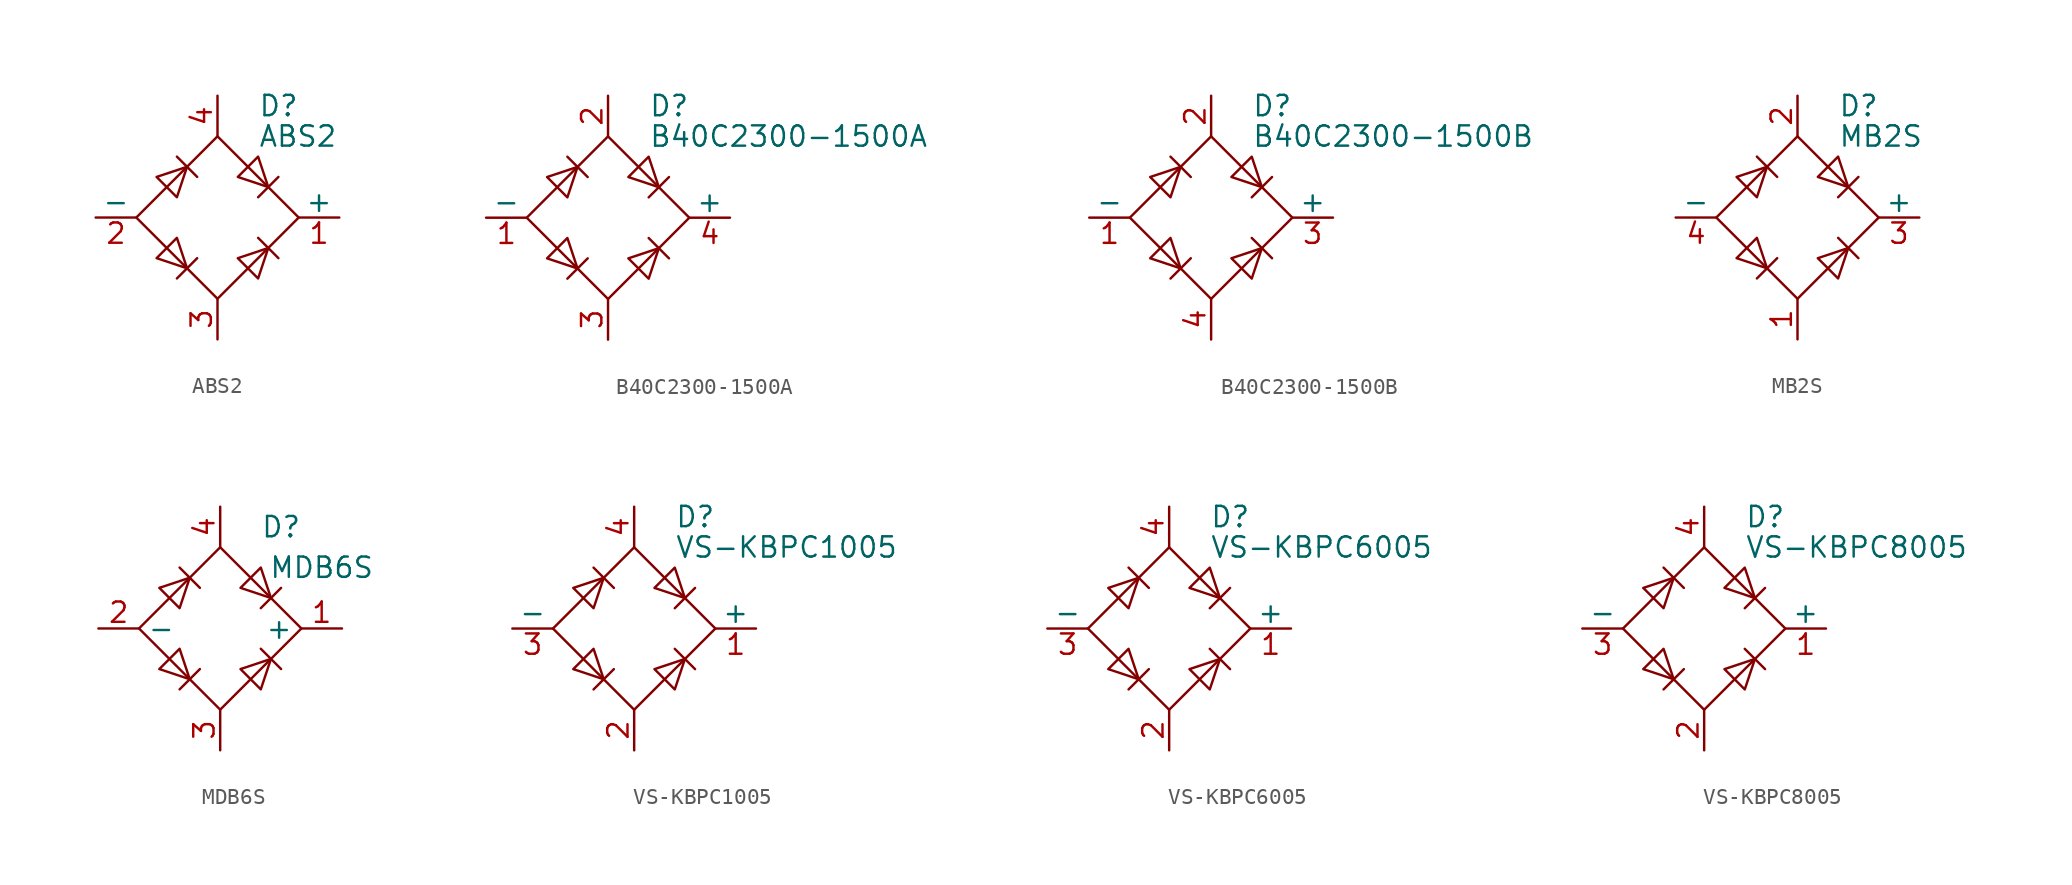
<source format=kicad_sym>
(kicad_symbol_lib
  (version 20211014)
  (generator kicad_symbol_editor)
  (symbol "ABS2"
    (pin_names
      (offset 0))
    (property "Reference" "D"
      (at 2.54 6.985 0)
      (effects (font (size 1.27 1.27)) (justify left)))
    (property "Value" "ABS2"
      (at 2.54 5.08 0)
      (effects (font (size 1.27 1.27)) (justify left)))
    (symbol "ABS2_0_1"
      (polyline (pts (xy -2.54 3.81) (xy -1.27 2.54)) (stroke (width 0) (type default) (color 0 0 0 0)) (fill (type none)))
      (polyline (pts (xy -1.27 -2.54) (xy -2.54 -3.81)) (stroke (width 0) (type default) (color 0 0 0 0)) (fill (type none)))
      (polyline (pts (xy 2.54 -1.27) (xy 3.81 -2.54)) (stroke (width 0) (type default) (color 0 0 0 0)) (fill (type none)))
      (polyline (pts (xy 2.54 1.27) (xy 3.81 2.54)) (stroke (width 0) (type default) (color 0 0 0 0)) (fill (type none)))
      (polyline (pts (xy -3.81 2.54) (xy -2.54 1.27) (xy -1.905 3.175) (xy -3.81 2.54)) (stroke (width 0) (type default) (color 0 0 0 0)) (fill (type none)))
      (polyline (pts (xy -2.54 -1.27) (xy -3.81 -2.54) (xy -1.905 -3.175) (xy -2.54 -1.27)) (stroke (width 0) (type default) (color 0 0 0 0)) (fill (type none)))
      (polyline (pts (xy 1.27 2.54) (xy 2.54 3.81) (xy 3.175 1.905) (xy 1.27 2.54)) (stroke (width 0) (type default) (color 0 0 0 0)) (fill (type none)))
      (polyline (pts (xy 3.175 -1.905) (xy 1.27 -2.54) (xy 2.54 -3.81) (xy 3.175 -1.905)) (stroke (width 0) (type default) (color 0 0 0 0)) (fill (type none)))
      (polyline (pts (xy -5.08 0) (xy 0 -5.08) (xy 5.08 0) (xy 0 5.08) (xy -5.08 0)) (stroke (width 0) (type default) (color 0 0 0 0)) (fill (type none))))
    (symbol "ABS2_1_1"
      (pin passive line (at 7.62 0 180) (length 2.54) (name "+" (effects (font (size 1.27 1.27)))) (number "1" (effects (font (size 1.27 1.27)))))
      (pin passive line (at -7.62 0 0) (length 2.54) (name "-" (effects (font (size 1.27 1.27)))) (number "2" (effects (font (size 1.27 1.27)))))
      (pin passive line (at 0 -7.62 90) (length 2.54) (name "~" (effects (font (size 1.27 1.27)))) (number "3" (effects (font (size 1.27 1.27)))))
      (pin passive line (at 0 7.62 270) (length 2.54) (name "~" (effects (font (size 1.27 1.27)))) (number "4" (effects (font (size 1.27 1.27)))))))
  (symbol "B40C2300-1500A"
    (pin_names
      (offset 0))
    (property "Reference" "D"
      (at 2.54 6.985 0)
      (effects (font (size 1.27 1.27)) (justify left)))
    (property "Value" "B40C2300-1500A"
      (at 2.54 5.08 0)
      (effects (font (size 1.27 1.27)) (justify left)))
    (symbol "B40C2300-1500A_0_1"
      (polyline (pts (xy -2.54 3.81) (xy -1.27 2.54)) (stroke (width 0) (type default) (color 0 0 0 0)) (fill (type none)))
      (polyline (pts (xy -1.27 -2.54) (xy -2.54 -3.81)) (stroke (width 0) (type default) (color 0 0 0 0)) (fill (type none)))
      (polyline (pts (xy 2.54 -1.27) (xy 3.81 -2.54)) (stroke (width 0) (type default) (color 0 0 0 0)) (fill (type none)))
      (polyline (pts (xy 2.54 1.27) (xy 3.81 2.54)) (stroke (width 0) (type default) (color 0 0 0 0)) (fill (type none)))
      (polyline (pts (xy -3.81 2.54) (xy -2.54 1.27) (xy -1.905 3.175) (xy -3.81 2.54)) (stroke (width 0) (type default) (color 0 0 0 0)) (fill (type none)))
      (polyline (pts (xy -2.54 -1.27) (xy -3.81 -2.54) (xy -1.905 -3.175) (xy -2.54 -1.27)) (stroke (width 0) (type default) (color 0 0 0 0)) (fill (type none)))
      (polyline (pts (xy 1.27 2.54) (xy 2.54 3.81) (xy 3.175 1.905) (xy 1.27 2.54)) (stroke (width 0) (type default) (color 0 0 0 0)) (fill (type none)))
      (polyline (pts (xy 3.175 -1.905) (xy 1.27 -2.54) (xy 2.54 -3.81) (xy 3.175 -1.905)) (stroke (width 0) (type default) (color 0 0 0 0)) (fill (type none)))
      (polyline (pts (xy -5.08 0) (xy 0 -5.08) (xy 5.08 0) (xy 0 5.08) (xy -5.08 0)) (stroke (width 0) (type default) (color 0 0 0 0)) (fill (type none))))
    (symbol "B40C2300-1500A_1_1"
      (pin passive line (at -7.62 0 0) (length 2.54) (name "-" (effects (font (size 1.27 1.27)))) (number "1" (effects (font (size 1.27 1.27)))))
      (pin passive line (at 0 7.62 270) (length 2.54) (name "~" (effects (font (size 1.27 1.27)))) (number "2" (effects (font (size 1.27 1.27)))))
      (pin passive line (at 0 -7.62 90) (length 2.54) (name "~" (effects (font (size 1.27 1.27)))) (number "3" (effects (font (size 1.27 1.27)))))
      (pin passive line (at 7.62 0 180) (length 2.54) (name "+" (effects (font (size 1.27 1.27)))) (number "4" (effects (font (size 1.27 1.27)))))))
  (symbol "B40C2300-1500B"
    (pin_names
      (offset 0))
    (property "Reference" "D"
      (at 2.54 6.985 0)
      (effects (font (size 1.27 1.27)) (justify left)))
    (property "Value" "B40C2300-1500B"
      (at 2.54 5.08 0)
      (effects (font (size 1.27 1.27)) (justify left)))
    (symbol "B40C2300-1500B_0_1"
      (polyline (pts (xy -2.54 3.81) (xy -1.27 2.54)) (stroke (width 0) (type default) (color 0 0 0 0)) (fill (type none)))
      (polyline (pts (xy -1.27 -2.54) (xy -2.54 -3.81)) (stroke (width 0) (type default) (color 0 0 0 0)) (fill (type none)))
      (polyline (pts (xy 2.54 -1.27) (xy 3.81 -2.54)) (stroke (width 0) (type default) (color 0 0 0 0)) (fill (type none)))
      (polyline (pts (xy 2.54 1.27) (xy 3.81 2.54)) (stroke (width 0) (type default) (color 0 0 0 0)) (fill (type none)))
      (polyline (pts (xy -3.81 2.54) (xy -2.54 1.27) (xy -1.905 3.175) (xy -3.81 2.54)) (stroke (width 0) (type default) (color 0 0 0 0)) (fill (type none)))
      (polyline (pts (xy -2.54 -1.27) (xy -3.81 -2.54) (xy -1.905 -3.175) (xy -2.54 -1.27)) (stroke (width 0) (type default) (color 0 0 0 0)) (fill (type none)))
      (polyline (pts (xy 1.27 2.54) (xy 2.54 3.81) (xy 3.175 1.905) (xy 1.27 2.54)) (stroke (width 0) (type default) (color 0 0 0 0)) (fill (type none)))
      (polyline (pts (xy 3.175 -1.905) (xy 1.27 -2.54) (xy 2.54 -3.81) (xy 3.175 -1.905)) (stroke (width 0) (type default) (color 0 0 0 0)) (fill (type none)))
      (polyline (pts (xy -5.08 0) (xy 0 -5.08) (xy 5.08 0) (xy 0 5.08) (xy -5.08 0)) (stroke (width 0) (type default) (color 0 0 0 0)) (fill (type none))))
    (symbol "B40C2300-1500B_1_1"
      (pin passive line (at -7.62 0 0) (length 2.54) (name "-" (effects (font (size 1.27 1.27)))) (number "1" (effects (font (size 1.27 1.27)))))
      (pin passive line (at 0 7.62 270) (length 2.54) (name "~" (effects (font (size 1.27 1.27)))) (number "2" (effects (font (size 1.27 1.27)))))
      (pin passive line (at 7.62 0 180) (length 2.54) (name "+" (effects (font (size 1.27 1.27)))) (number "3" (effects (font (size 1.27 1.27)))))
      (pin passive line (at 0 -7.62 90) (length 2.54) (name "~" (effects (font (size 1.27 1.27)))) (number "4" (effects (font (size 1.27 1.27)))))))
  (symbol "MB2S"
    (pin_names
      (offset 0))
    (property "Reference" "D"
      (at 2.54 6.985 0)
      (effects (font (size 1.27 1.27)) (justify left)))
    (property "Value" "MB2S"
      (at 2.54 5.08 0)
      (effects (font (size 1.27 1.27)) (justify left)))
    (symbol "MB2S_0_1"
      (polyline (pts (xy -2.54 3.81) (xy -1.27 2.54)) (stroke (width 0) (type default) (color 0 0 0 0)) (fill (type none)))
      (polyline (pts (xy -1.27 -2.54) (xy -2.54 -3.81)) (stroke (width 0) (type default) (color 0 0 0 0)) (fill (type none)))
      (polyline (pts (xy 2.54 -1.27) (xy 3.81 -2.54)) (stroke (width 0) (type default) (color 0 0 0 0)) (fill (type none)))
      (polyline (pts (xy 2.54 1.27) (xy 3.81 2.54)) (stroke (width 0) (type default) (color 0 0 0 0)) (fill (type none)))
      (polyline (pts (xy -3.81 2.54) (xy -2.54 1.27) (xy -1.905 3.175) (xy -3.81 2.54)) (stroke (width 0) (type default) (color 0 0 0 0)) (fill (type none)))
      (polyline (pts (xy -2.54 -1.27) (xy -3.81 -2.54) (xy -1.905 -3.175) (xy -2.54 -1.27)) (stroke (width 0) (type default) (color 0 0 0 0)) (fill (type none)))
      (polyline (pts (xy 1.27 2.54) (xy 2.54 3.81) (xy 3.175 1.905) (xy 1.27 2.54)) (stroke (width 0) (type default) (color 0 0 0 0)) (fill (type none)))
      (polyline (pts (xy 3.175 -1.905) (xy 1.27 -2.54) (xy 2.54 -3.81) (xy 3.175 -1.905)) (stroke (width 0) (type default) (color 0 0 0 0)) (fill (type none)))
      (polyline (pts (xy -5.08 0) (xy 0 -5.08) (xy 5.08 0) (xy 0 5.08) (xy -5.08 0)) (stroke (width 0) (type default) (color 0 0 0 0)) (fill (type none))))
    (symbol "MB2S_1_1"
      (pin passive line (at 0 -7.62 90) (length 2.54) (name "~" (effects (font (size 1.27 1.27)))) (number "1" (effects (font (size 1.27 1.27)))))
      (pin passive line (at 0 7.62 270) (length 2.54) (name "~" (effects (font (size 1.27 1.27)))) (number "2" (effects (font (size 1.27 1.27)))))
      (pin passive line (at 7.62 0 180) (length 2.54) (name "+" (effects (font (size 1.27 1.27)))) (number "3" (effects (font (size 1.27 1.27)))))
      (pin passive line (at -7.62 0 0) (length 2.54) (name "-" (effects (font (size 1.27 1.27)))) (number "4" (effects (font (size 1.27 1.27)))))))
  (symbol "MDB6S"
    (property "Reference" "D"
      (at 3.81 6.35 0)
      (effects (font (size 1.27 1.27))))
    (property "Value" "MDB6S"
      (at 6.35 3.81 0)
      (effects (font (size 1.27 1.27))))
    (symbol "MDB6S_1_1"
      (polyline (pts (xy -2.54 3.81) (xy -1.27 2.54)) (stroke (width 0) (type default) (color 0 0 0 0)) (fill (type none)))
      (polyline (pts (xy -1.27 -2.54) (xy -2.54 -3.81)) (stroke (width 0) (type default) (color 0 0 0 0)) (fill (type none)))
      (polyline (pts (xy 2.54 -1.27) (xy 3.81 -2.54)) (stroke (width 0) (type default) (color 0 0 0 0)) (fill (type none)))
      (polyline (pts (xy 2.54 1.27) (xy 3.81 2.54)) (stroke (width 0) (type default) (color 0 0 0 0)) (fill (type none)))
      (polyline (pts (xy -3.81 2.54) (xy -2.54 1.27) (xy -1.905 3.175) (xy -3.81 2.54)) (stroke (width 0) (type default) (color 0 0 0 0)) (fill (type none)))
      (polyline (pts (xy -2.54 -1.27) (xy -3.81 -2.54) (xy -1.905 -3.175) (xy -2.54 -1.27)) (stroke (width 0) (type default) (color 0 0 0 0)) (fill (type none)))
      (polyline (pts (xy 1.27 2.54) (xy 2.54 3.81) (xy 3.175 1.905) (xy 1.27 2.54)) (stroke (width 0) (type default) (color 0 0 0 0)) (fill (type none)))
      (polyline (pts (xy 3.175 -1.905) (xy 1.27 -2.54) (xy 2.54 -3.81) (xy 3.175 -1.905)) (stroke (width 0) (type default) (color 0 0 0 0)) (fill (type none)))
      (polyline (pts (xy -5.08 0) (xy 0 -5.08) (xy 5.08 0) (xy 0 5.08) (xy -5.08 0)) (stroke (width 0) (type default) (color 0 0 0 0)) (fill (type none)))
      (pin passive line (at 7.62 0 180) (length 2.54) (name "+" (effects (font (size 1.27 1.27)))) (number "1" (effects (font (size 1.27 1.27)))))
      (pin passive line (at -7.62 0 0) (length 2.54) (name "-" (effects (font (size 1.27 1.27)))) (number "2" (effects (font (size 1.27 1.27)))))
      (pin passive line (at 0 -7.62 90) (length 2.54) (name "~" (effects (font (size 1.27 1.27)))) (number "3" (effects (font (size 1.27 1.27)))))
      (pin passive line (at 0 7.62 270) (length 2.54) (name "~" (effects (font (size 1.27 1.27)))) (number "4" (effects (font (size 1.27 1.27)))))))
  (symbol "VS-KBPC1005"
    (pin_names
      (offset 0))
    (property "Reference" "D"
      (at 2.54 6.985 0)
      (effects (font (size 1.27 1.27)) (justify left)))
    (property "Value" "VS-KBPC1005"
      (at 2.54 5.08 0)
      (effects (font (size 1.27 1.27)) (justify left)))
    (symbol "VS-KBPC1005_0_1"
      (polyline (pts (xy -2.54 3.81) (xy -1.27 2.54)) (stroke (width 0) (type default) (color 0 0 0 0)) (fill (type none)))
      (polyline (pts (xy -1.27 -2.54) (xy -2.54 -3.81)) (stroke (width 0) (type default) (color 0 0 0 0)) (fill (type none)))
      (polyline (pts (xy 2.54 -1.27) (xy 3.81 -2.54)) (stroke (width 0) (type default) (color 0 0 0 0)) (fill (type none)))
      (polyline (pts (xy 2.54 1.27) (xy 3.81 2.54)) (stroke (width 0) (type default) (color 0 0 0 0)) (fill (type none)))
      (polyline (pts (xy -3.81 2.54) (xy -2.54 1.27) (xy -1.905 3.175) (xy -3.81 2.54)) (stroke (width 0) (type default) (color 0 0 0 0)) (fill (type none)))
      (polyline (pts (xy -2.54 -1.27) (xy -3.81 -2.54) (xy -1.905 -3.175) (xy -2.54 -1.27)) (stroke (width 0) (type default) (color 0 0 0 0)) (fill (type none)))
      (polyline (pts (xy 1.27 2.54) (xy 2.54 3.81) (xy 3.175 1.905) (xy 1.27 2.54)) (stroke (width 0) (type default) (color 0 0 0 0)) (fill (type none)))
      (polyline (pts (xy 3.175 -1.905) (xy 1.27 -2.54) (xy 2.54 -3.81) (xy 3.175 -1.905)) (stroke (width 0) (type default) (color 0 0 0 0)) (fill (type none)))
      (polyline (pts (xy -5.08 0) (xy 0 -5.08) (xy 5.08 0) (xy 0 5.08) (xy -5.08 0)) (stroke (width 0) (type default) (color 0 0 0 0)) (fill (type none))))
    (symbol "VS-KBPC1005_1_1"
      (pin passive line (at 7.62 0 180) (length 2.54) (name "+" (effects (font (size 1.27 1.27)))) (number "1" (effects (font (size 1.27 1.27)))))
      (pin passive line (at 0 -7.62 90) (length 2.54) (name "~" (effects (font (size 1.27 1.27)))) (number "2" (effects (font (size 1.27 1.27)))))
      (pin passive line (at -7.62 0 0) (length 2.54) (name "-" (effects (font (size 1.27 1.27)))) (number "3" (effects (font (size 1.27 1.27)))))
      (pin passive line (at 0 7.62 270) (length 2.54) (name "~" (effects (font (size 1.27 1.27)))) (number "4" (effects (font (size 1.27 1.27)))))))
  (symbol "VS-KBPC6005"
    (pin_names
      (offset 0))
    (property "Reference" "D"
      (at 2.54 6.985 0)
      (effects (font (size 1.27 1.27)) (justify left)))
    (property "Value" "VS-KBPC6005"
      (at 2.54 5.08 0)
      (effects (font (size 1.27 1.27)) (justify left)))
    (symbol "VS-KBPC6005_0_1"
      (polyline (pts (xy -2.54 3.81) (xy -1.27 2.54)) (stroke (width 0) (type default) (color 0 0 0 0)) (fill (type none)))
      (polyline (pts (xy -1.27 -2.54) (xy -2.54 -3.81)) (stroke (width 0) (type default) (color 0 0 0 0)) (fill (type none)))
      (polyline (pts (xy 2.54 -1.27) (xy 3.81 -2.54)) (stroke (width 0) (type default) (color 0 0 0 0)) (fill (type none)))
      (polyline (pts (xy 2.54 1.27) (xy 3.81 2.54)) (stroke (width 0) (type default) (color 0 0 0 0)) (fill (type none)))
      (polyline (pts (xy -3.81 2.54) (xy -2.54 1.27) (xy -1.905 3.175) (xy -3.81 2.54)) (stroke (width 0) (type default) (color 0 0 0 0)) (fill (type none)))
      (polyline (pts (xy -2.54 -1.27) (xy -3.81 -2.54) (xy -1.905 -3.175) (xy -2.54 -1.27)) (stroke (width 0) (type default) (color 0 0 0 0)) (fill (type none)))
      (polyline (pts (xy 1.27 2.54) (xy 2.54 3.81) (xy 3.175 1.905) (xy 1.27 2.54)) (stroke (width 0) (type default) (color 0 0 0 0)) (fill (type none)))
      (polyline (pts (xy 3.175 -1.905) (xy 1.27 -2.54) (xy 2.54 -3.81) (xy 3.175 -1.905)) (stroke (width 0) (type default) (color 0 0 0 0)) (fill (type none)))
      (polyline (pts (xy -5.08 0) (xy 0 -5.08) (xy 5.08 0) (xy 0 5.08) (xy -5.08 0)) (stroke (width 0) (type default) (color 0 0 0 0)) (fill (type none))))
    (symbol "VS-KBPC6005_1_1"
      (pin passive line (at 7.62 0 180) (length 2.54) (name "+" (effects (font (size 1.27 1.27)))) (number "1" (effects (font (size 1.27 1.27)))))
      (pin passive line (at 0 -7.62 90) (length 2.54) (name "~" (effects (font (size 1.27 1.27)))) (number "2" (effects (font (size 1.27 1.27)))))
      (pin passive line (at -7.62 0 0) (length 2.54) (name "-" (effects (font (size 1.27 1.27)))) (number "3" (effects (font (size 1.27 1.27)))))
      (pin passive line (at 0 7.62 270) (length 2.54) (name "~" (effects (font (size 1.27 1.27)))) (number "4" (effects (font (size 1.27 1.27)))))))
  (symbol "VS-KBPC8005"
    (pin_names
      (offset 0))
    (property "Reference" "D"
      (at 2.54 6.985 0)
      (effects (font (size 1.27 1.27)) (justify left)))
    (property "Value" "VS-KBPC8005"
      (at 2.54 5.08 0)
      (effects (font (size 1.27 1.27)) (justify left)))
    (symbol "VS-KBPC8005_0_1"
      (polyline (pts (xy -2.54 3.81) (xy -1.27 2.54)) (stroke (width 0) (type default) (color 0 0 0 0)) (fill (type none)))
      (polyline (pts (xy -1.27 -2.54) (xy -2.54 -3.81)) (stroke (width 0) (type default) (color 0 0 0 0)) (fill (type none)))
      (polyline (pts (xy 2.54 -1.27) (xy 3.81 -2.54)) (stroke (width 0) (type default) (color 0 0 0 0)) (fill (type none)))
      (polyline (pts (xy 2.54 1.27) (xy 3.81 2.54)) (stroke (width 0) (type default) (color 0 0 0 0)) (fill (type none)))
      (polyline (pts (xy -3.81 2.54) (xy -2.54 1.27) (xy -1.905 3.175) (xy -3.81 2.54)) (stroke (width 0) (type default) (color 0 0 0 0)) (fill (type none)))
      (polyline (pts (xy -2.54 -1.27) (xy -3.81 -2.54) (xy -1.905 -3.175) (xy -2.54 -1.27)) (stroke (width 0) (type default) (color 0 0 0 0)) (fill (type none)))
      (polyline (pts (xy 1.27 2.54) (xy 2.54 3.81) (xy 3.175 1.905) (xy 1.27 2.54)) (stroke (width 0) (type default) (color 0 0 0 0)) (fill (type none)))
      (polyline (pts (xy 3.175 -1.905) (xy 1.27 -2.54) (xy 2.54 -3.81) (xy 3.175 -1.905)) (stroke (width 0) (type default) (color 0 0 0 0)) (fill (type none)))
      (polyline (pts (xy -5.08 0) (xy 0 -5.08) (xy 5.08 0) (xy 0 5.08) (xy -5.08 0)) (stroke (width 0) (type default) (color 0 0 0 0)) (fill (type none))))
    (symbol "VS-KBPC8005_1_1"
      (pin passive line (at 7.62 0 180) (length 2.54) (name "+" (effects (font (size 1.27 1.27)))) (number "1" (effects (font (size 1.27 1.27)))))
      (pin passive line (at 0 -7.62 90) (length 2.54) (name "~" (effects (font (size 1.27 1.27)))) (number "2" (effects (font (size 1.27 1.27)))))
      (pin passive line (at -7.62 0 0) (length 2.54) (name "-" (effects (font (size 1.27 1.27)))) (number "3" (effects (font (size 1.27 1.27)))))
      (pin passive line (at 0 7.62 270) (length 2.54) (name "~" (effects (font (size 1.27 1.27)))) (number "4" (effects (font (size 1.27 1.27))))))))
</source>
